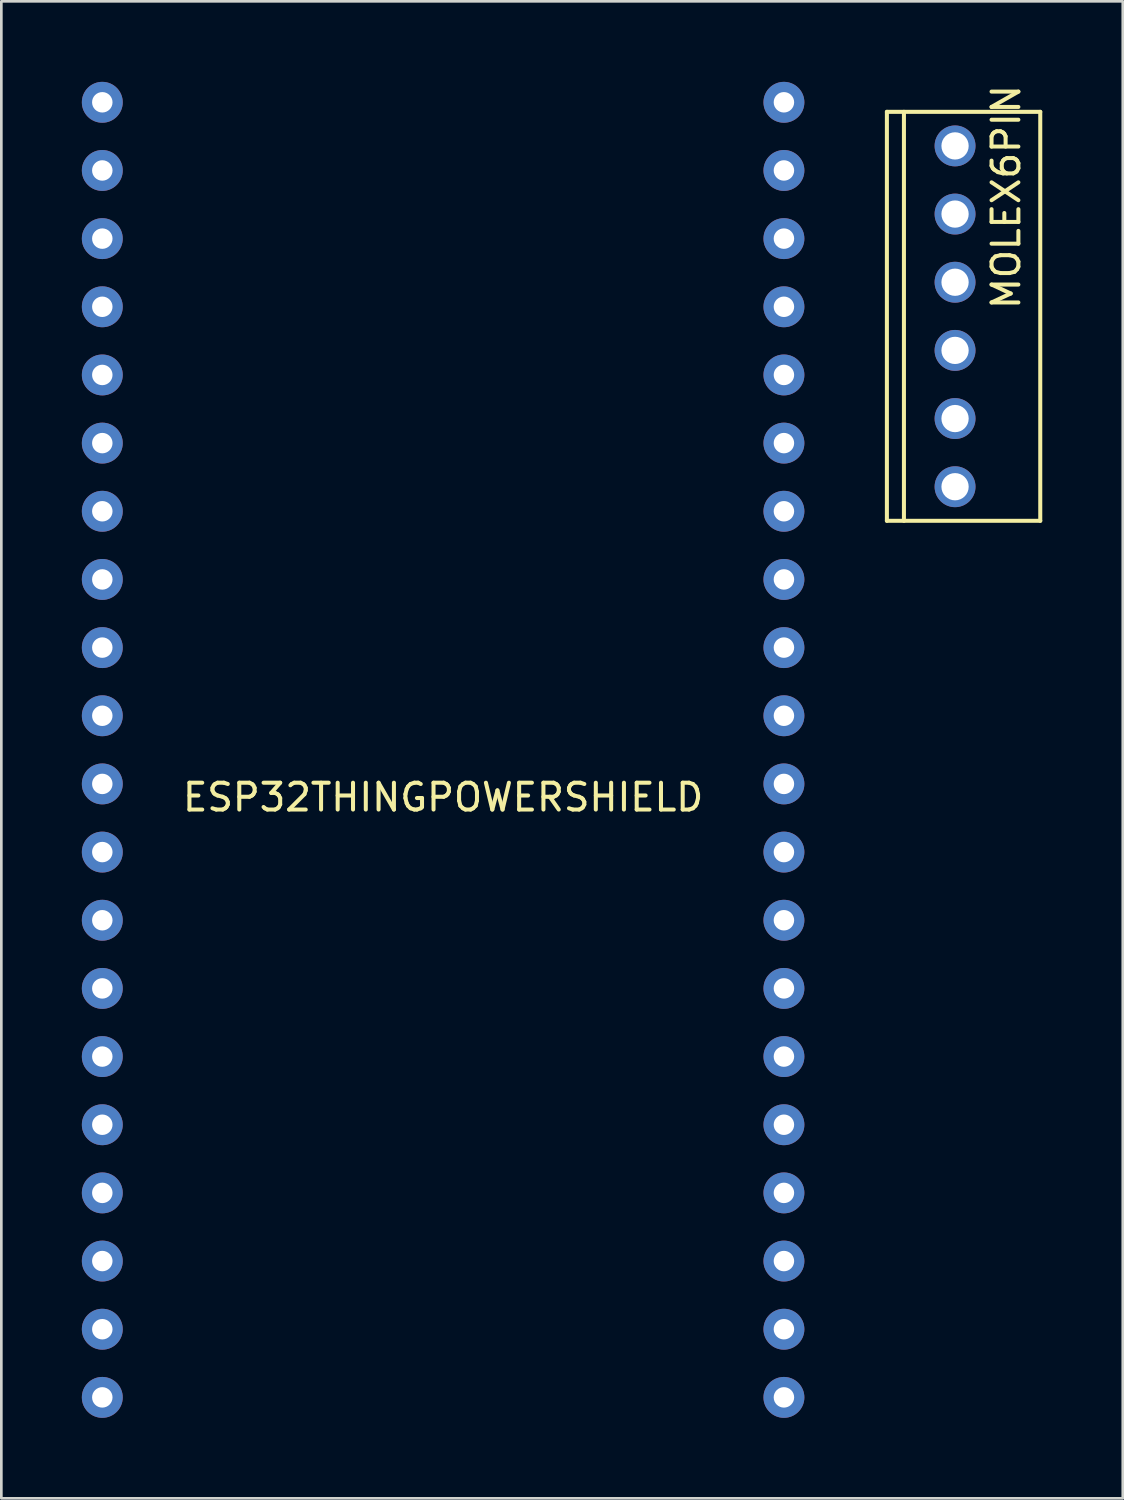
<source format=kicad_pcb>
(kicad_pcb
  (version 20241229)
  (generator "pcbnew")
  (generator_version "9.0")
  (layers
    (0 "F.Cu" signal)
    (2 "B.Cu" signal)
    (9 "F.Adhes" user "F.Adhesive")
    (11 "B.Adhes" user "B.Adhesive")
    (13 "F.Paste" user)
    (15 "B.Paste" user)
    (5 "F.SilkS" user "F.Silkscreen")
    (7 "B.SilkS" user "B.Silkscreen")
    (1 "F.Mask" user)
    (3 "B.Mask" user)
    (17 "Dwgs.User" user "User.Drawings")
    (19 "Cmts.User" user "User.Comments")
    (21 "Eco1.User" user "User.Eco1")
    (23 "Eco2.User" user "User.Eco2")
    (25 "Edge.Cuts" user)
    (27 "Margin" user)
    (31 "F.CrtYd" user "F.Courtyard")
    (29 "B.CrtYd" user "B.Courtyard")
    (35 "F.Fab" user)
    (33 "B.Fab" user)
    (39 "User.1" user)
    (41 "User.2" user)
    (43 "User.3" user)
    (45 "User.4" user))
  (footprint "MOLEX6PIN"
    (layer "F.Cu")
    (at 32.539 8.737)
    (property "Reference" "MOLEX6PIN" (at 1.905 -4.445 90) (layer "F.SilkS") (effects (font (size 1 1) (thickness 0.15))))
    (attr through_hole)
    (fp_line (start -2.54 -7.62) (end 3.175 -7.62) (stroke (width 0.15) (type solid)) (layer "F.SilkS"))
    (fp_line (start -2.54 7.62) (end -2.54 -7.62) (stroke (width 0.15) (type solid)) (layer "F.SilkS"))
    (fp_line (start -1.905 -7.62) (end -1.905 7.62) (stroke (width 0.15) (type solid)) (layer "F.SilkS"))
    (fp_line (start 3.175 -7.62) (end 3.175 7.62) (stroke (width 0.15) (type solid)) (layer "F.SilkS"))
    (fp_line (start 3.175 7.62) (end -2.54 7.62) (stroke (width 0.15) (type solid)) (layer "F.SilkS"))
    (pad "1" thru_hole circle (at 0 -6.35) (size 1.524 1.524) (drill 1.016) (layers "*.Cu" "*.Mask"))
    (pad "2" thru_hole circle (at 0 -3.81) (size 1.524 1.524) (drill 1.016) (layers "*.Cu" "*.Mask"))
    (pad "3" thru_hole circle (at 0 -1.27) (size 1.524 1.524) (drill 1.016) (layers "*.Cu" "*.Mask"))
    (pad "4" thru_hole circle (at 0 1.27) (size 1.524 1.524) (drill 1.016) (layers "*.Cu" "*.Mask"))
    (pad "5" thru_hole circle (at 0 3.81) (size 1.524 1.524) (drill 1.016) (layers "*.Cu" "*.Mask"))
    (pad "6" thru_hole circle (at 0 6.35) (size 1.524 1.524) (drill 1.016) (layers "*.Cu" "*.Mask")))
  (footprint "ESP32THINGPOWERSHIELD"
    (layer "F.Cu")
    (at 13.462 26.162)
    (property "Reference" "ESP32THINGPOWERSHIELD" (at 0 0.5 0) (layer "F.SilkS") (effects (font (size 1 1) (thickness 0.15))))
    (attr through_hole)
    (pad "1" thru_hole circle (at 12.7 -25.4) (size 1.524 1.524) (drill 0.762) (layers "*.Cu" "*.Mask"))
    (pad "2" thru_hole circle (at 12.7 -22.86) (size 1.524 1.524) (drill 0.762) (layers "*.Cu" "*.Mask"))
    (pad "3" thru_hole circle (at 12.7 -20.32) (size 1.524 1.524) (drill 0.762) (layers "*.Cu" "*.Mask"))
    (pad "4" thru_hole circle (at 12.7 -17.78) (size 1.524 1.524) (drill 0.762) (layers "*.Cu" "*.Mask"))
    (pad "5" thru_hole circle (at 12.7 -15.24) (size 1.524 1.524) (drill 0.762) (layers "*.Cu" "*.Mask"))
    (pad "6" thru_hole circle (at 12.7 -12.7) (size 1.524 1.524) (drill 0.762) (layers "*.Cu" "*.Mask"))
    (pad "7" thru_hole circle (at 12.7 -10.16) (size 1.524 1.524) (drill 0.762) (layers "*.Cu" "*.Mask"))
    (pad "8" thru_hole circle (at 12.7 -7.62) (size 1.524 1.524) (drill 0.762) (layers "*.Cu" "*.Mask"))
    (pad "9" thru_hole circle (at 12.7 -5.08) (size 1.524 1.524) (drill 0.762) (layers "*.Cu" "*.Mask"))
    (pad "10" thru_hole circle (at 12.7 -2.54) (size 1.524 1.524) (drill 0.762) (layers "*.Cu" "*.Mask"))
    (pad "11" thru_hole circle (at 12.7 0) (size 1.524 1.524) (drill 0.762) (layers "*.Cu" "*.Mask"))
    (pad "12" thru_hole circle (at 12.7 2.54) (size 1.524 1.524) (drill 0.762) (layers "*.Cu" "*.Mask"))
    (pad "13" thru_hole circle (at 12.7 5.08) (size 1.524 1.524) (drill 0.762) (layers "*.Cu" "*.Mask"))
    (pad "14" thru_hole circle (at 12.7 7.62) (size 1.524 1.524) (drill 0.762) (layers "*.Cu" "*.Mask"))
    (pad "15" thru_hole circle (at 12.7 10.16) (size 1.524 1.524) (drill 0.762) (layers "*.Cu" "*.Mask"))
    (pad "16" thru_hole circle (at 12.7 12.7) (size 1.524 1.524) (drill 0.762) (layers "*.Cu" "*.Mask"))
    (pad "17" thru_hole circle (at 12.7 15.24) (size 1.524 1.524) (drill 0.762) (layers "*.Cu" "*.Mask"))
    (pad "18" thru_hole circle (at 12.7 17.78) (size 1.524 1.524) (drill 0.762) (layers "*.Cu" "*.Mask"))
    (pad "19" thru_hole circle (at 12.7 20.32) (size 1.524 1.524) (drill 0.762) (layers "*.Cu" "*.Mask"))
    (pad "20" thru_hole circle (at 12.7 22.86) (size 1.524 1.524) (drill 0.762) (layers "*.Cu" "*.Mask"))
    (pad "21" thru_hole circle (at -12.7 22.86) (size 1.524 1.524) (drill 0.762) (layers "*.Cu" "*.Mask"))
    (pad "22" thru_hole circle (at -12.7 20.32) (size 1.524 1.524) (drill 0.762) (layers "*.Cu" "*.Mask"))
    (pad "23" thru_hole circle (at -12.7 17.78) (size 1.524 1.524) (drill 0.762) (layers "*.Cu" "*.Mask"))
    (pad "24" thru_hole circle (at -12.7 15.24) (size 1.524 1.524) (drill 0.762) (layers "*.Cu" "*.Mask"))
    (pad "25" thru_hole circle (at -12.7 12.7) (size 1.524 1.524) (drill 0.762) (layers "*.Cu" "*.Mask"))
    (pad "26" thru_hole circle (at -12.7 10.16) (size 1.524 1.524) (drill 0.762) (layers "*.Cu" "*.Mask"))
    (pad "27" thru_hole circle (at -12.7 7.62) (size 1.524 1.524) (drill 0.762) (layers "*.Cu" "*.Mask"))
    (pad "28" thru_hole circle (at -12.7 5.08) (size 1.524 1.524) (drill 0.762) (layers "*.Cu" "*.Mask"))
    (pad "29" thru_hole circle (at -12.7 2.54) (size 1.524 1.524) (drill 0.762) (layers "*.Cu" "*.Mask"))
    (pad "30" thru_hole circle (at -12.7 0) (size 1.524 1.524) (drill 0.762) (layers "*.Cu" "*.Mask"))
    (pad "31" thru_hole circle (at -12.7 -2.54) (size 1.524 1.524) (drill 0.762) (layers "*.Cu" "*.Mask"))
    (pad "32" thru_hole circle (at -12.7 -5.08) (size 1.524 1.524) (drill 0.762) (layers "*.Cu" "*.Mask"))
    (pad "33" thru_hole circle (at -12.7 -7.62) (size 1.524 1.524) (drill 0.762) (layers "*.Cu" "*.Mask"))
    (pad "34" thru_hole circle (at -12.7 -10.16) (size 1.524 1.524) (drill 0.762) (layers "*.Cu" "*.Mask"))
    (pad "35" thru_hole circle (at -12.7 -12.7) (size 1.524 1.524) (drill 0.762) (layers "*.Cu" "*.Mask"))
    (pad "36" thru_hole circle (at -12.7 -15.24) (size 1.524 1.524) (drill 0.762) (layers "*.Cu" "*.Mask"))
    (pad "37" thru_hole circle (at -12.7 -17.78) (size 1.524 1.524) (drill 0.762) (layers "*.Cu" "*.Mask"))
    (pad "38" thru_hole circle (at -12.7 -20.32) (size 1.524 1.524) (drill 0.762) (layers "*.Cu" "*.Mask"))
    (pad "39" thru_hole circle (at -12.7 -22.86) (size 1.524 1.524) (drill 0.762) (layers "*.Cu" "*.Mask"))
    (pad "40" thru_hole circle (at -12.7 -25.4) (size 1.524 1.524) (drill 0.762) (layers "*.Cu" "*.Mask")))
  (gr_rect
    (start -3 -3)
    (end 38.789 52.784)
    (stroke (width 0.1) (type default))
    (fill no)
    (layer "Edge.Cuts")))
</source>
